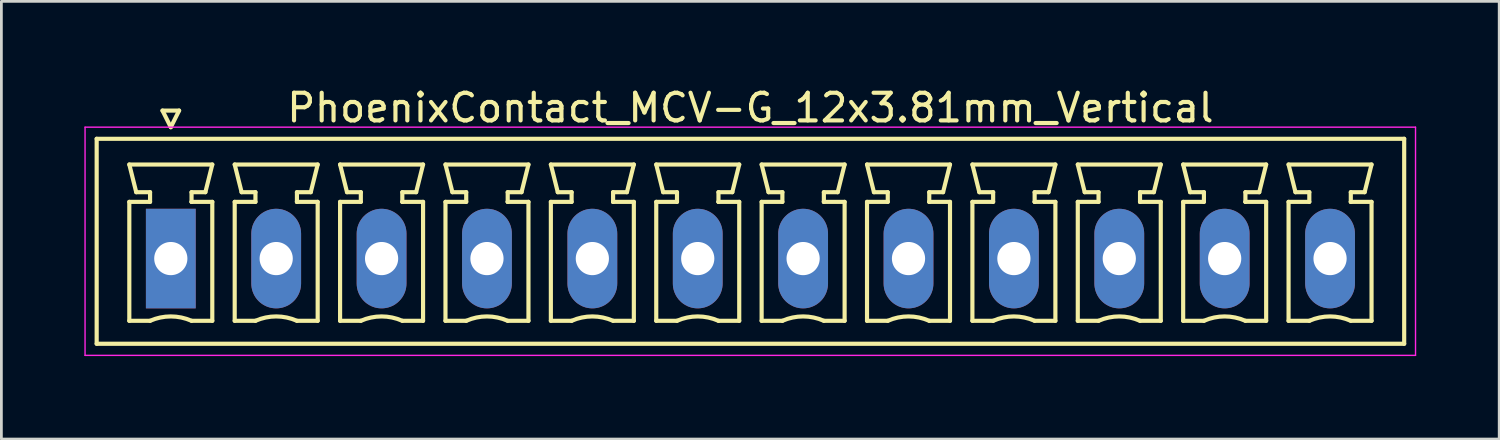
<source format=kicad_pcb>
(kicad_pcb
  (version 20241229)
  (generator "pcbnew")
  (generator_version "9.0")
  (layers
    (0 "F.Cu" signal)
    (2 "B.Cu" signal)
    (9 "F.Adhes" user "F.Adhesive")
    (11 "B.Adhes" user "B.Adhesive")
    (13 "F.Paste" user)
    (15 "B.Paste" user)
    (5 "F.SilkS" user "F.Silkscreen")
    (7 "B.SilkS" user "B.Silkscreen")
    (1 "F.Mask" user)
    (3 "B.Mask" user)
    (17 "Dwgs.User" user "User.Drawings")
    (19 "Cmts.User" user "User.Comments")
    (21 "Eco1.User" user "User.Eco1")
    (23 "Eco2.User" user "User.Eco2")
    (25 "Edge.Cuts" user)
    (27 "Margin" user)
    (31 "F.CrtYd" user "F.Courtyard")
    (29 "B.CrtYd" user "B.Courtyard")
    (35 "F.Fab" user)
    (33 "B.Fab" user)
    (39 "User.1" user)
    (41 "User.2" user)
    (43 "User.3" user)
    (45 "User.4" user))
  (footprint "PhoenixContact_MCV-G_12x3.81mm_Vertical"
    (layer "F.Cu")
    (at 3.125 6.298)
    (property "Reference" "PhoenixContact_MCV-G_12x3.81mm_Vertical" (at 20.955 -5.45 0) (layer "F.SilkS") (effects (font (size 1 1) (thickness 0.15))))
    (attr through_hole)
    (fp_line (start -2.68 -4.33) (end -2.68 3.08) (stroke (width 0.15) (type solid)) (layer "F.SilkS"))
    (fp_line (start -2.68 3.08) (end 44.59 3.08) (stroke (width 0.15) (type solid)) (layer "F.SilkS"))
    (fp_line (start -1.5 -3.4) (end 1.5 -3.4) (stroke (width 0.15) (type solid)) (layer "F.SilkS"))
    (fp_line (start -1.5 -2.05) (end -0.75 -2.05) (stroke (width 0.15) (type solid)) (layer "F.SilkS"))
    (fp_line (start -1.5 2.25) (end -1.5 -2.05) (stroke (width 0.15) (type solid)) (layer "F.SilkS"))
    (fp_line (start -1.25 -2.4) (end -1.5 -3.4) (stroke (width 0.15) (type solid)) (layer "F.SilkS"))
    (fp_line (start -0.75 -2.4) (end -1.25 -2.4) (stroke (width 0.15) (type solid)) (layer "F.SilkS"))
    (fp_line (start -0.75 -2.05) (end -0.75 -2.4) (stroke (width 0.15) (type solid)) (layer "F.SilkS"))
    (fp_line (start -0.75 2.25) (end -1.5 2.25) (stroke (width 0.15) (type solid)) (layer "F.SilkS"))
    (fp_line (start -0.3 -5.35) (end 0 -4.75) (stroke (width 0.15) (type solid)) (layer "F.SilkS"))
    (fp_line (start 0 -4.75) (end 0.3 -5.35) (stroke (width 0.15) (type solid)) (layer "F.SilkS"))
    (fp_line (start 0.3 -5.35) (end -0.3 -5.35) (stroke (width 0.15) (type solid)) (layer "F.SilkS"))
    (fp_line (start 0.75 -2.4) (end 0.75 -2.05) (stroke (width 0.15) (type solid)) (layer "F.SilkS"))
    (fp_line (start 0.75 -2.05) (end 0.75 -2.05) (stroke (width 0.15) (type solid)) (layer "F.SilkS"))
    (fp_line (start 0.75 -2.05) (end 1.5 -2.05) (stroke (width 0.15) (type solid)) (layer "F.SilkS"))
    (fp_line (start 1.25 -2.4) (end 0.75 -2.4) (stroke (width 0.15) (type solid)) (layer "F.SilkS"))
    (fp_line (start 1.5 -3.4) (end 1.25 -2.4) (stroke (width 0.15) (type solid)) (layer "F.SilkS"))
    (fp_line (start 1.5 -2.05) (end 1.5 2.25) (stroke (width 0.15) (type solid)) (layer "F.SilkS"))
    (fp_line (start 1.5 2.25) (end 0.75 2.25) (stroke (width 0.15) (type solid)) (layer "F.SilkS"))
    (fp_line (start 2.31 -3.4) (end 5.31 -3.4) (stroke (width 0.15) (type solid)) (layer "F.SilkS"))
    (fp_line (start 2.31 -2.05) (end 3.06 -2.05) (stroke (width 0.15) (type solid)) (layer "F.SilkS"))
    (fp_line (start 2.31 2.25) (end 2.31 -2.05) (stroke (width 0.15) (type solid)) (layer "F.SilkS"))
    (fp_line (start 2.56 -2.4) (end 2.31 -3.4) (stroke (width 0.15) (type solid)) (layer "F.SilkS"))
    (fp_line (start 3.06 -2.4) (end 2.56 -2.4) (stroke (width 0.15) (type solid)) (layer "F.SilkS"))
    (fp_line (start 3.06 -2.05) (end 3.06 -2.4) (stroke (width 0.15) (type solid)) (layer "F.SilkS"))
    (fp_line (start 3.06 2.25) (end 2.31 2.25) (stroke (width 0.15) (type solid)) (layer "F.SilkS"))
    (fp_line (start 4.56 -2.4) (end 4.56 -2.05) (stroke (width 0.15) (type solid)) (layer "F.SilkS"))
    (fp_line (start 4.56 -2.05) (end 4.56 -2.05) (stroke (width 0.15) (type solid)) (layer "F.SilkS"))
    (fp_line (start 4.56 -2.05) (end 5.31 -2.05) (stroke (width 0.15) (type solid)) (layer "F.SilkS"))
    (fp_line (start 5.06 -2.4) (end 4.56 -2.4) (stroke (width 0.15) (type solid)) (layer "F.SilkS"))
    (fp_line (start 5.31 -3.4) (end 5.06 -2.4) (stroke (width 0.15) (type solid)) (layer "F.SilkS"))
    (fp_line (start 5.31 -2.05) (end 5.31 2.25) (stroke (width 0.15) (type solid)) (layer "F.SilkS"))
    (fp_line (start 5.31 2.25) (end 4.56 2.25) (stroke (width 0.15) (type solid)) (layer "F.SilkS"))
    (fp_line (start 6.12 -3.4) (end 9.12 -3.4) (stroke (width 0.15) (type solid)) (layer "F.SilkS"))
    (fp_line (start 6.12 -2.05) (end 6.87 -2.05) (stroke (width 0.15) (type solid)) (layer "F.SilkS"))
    (fp_line (start 6.12 2.25) (end 6.12 -2.05) (stroke (width 0.15) (type solid)) (layer "F.SilkS"))
    (fp_line (start 6.37 -2.4) (end 6.12 -3.4) (stroke (width 0.15) (type solid)) (layer "F.SilkS"))
    (fp_line (start 6.87 -2.4) (end 6.37 -2.4) (stroke (width 0.15) (type solid)) (layer "F.SilkS"))
    (fp_line (start 6.87 -2.05) (end 6.87 -2.4) (stroke (width 0.15) (type solid)) (layer "F.SilkS"))
    (fp_line (start 6.87 2.25) (end 6.12 2.25) (stroke (width 0.15) (type solid)) (layer "F.SilkS"))
    (fp_line (start 8.37 -2.4) (end 8.37 -2.05) (stroke (width 0.15) (type solid)) (layer "F.SilkS"))
    (fp_line (start 8.37 -2.05) (end 8.37 -2.05) (stroke (width 0.15) (type solid)) (layer "F.SilkS"))
    (fp_line (start 8.37 -2.05) (end 9.12 -2.05) (stroke (width 0.15) (type solid)) (layer "F.SilkS"))
    (fp_line (start 8.87 -2.4) (end 8.37 -2.4) (stroke (width 0.15) (type solid)) (layer "F.SilkS"))
    (fp_line (start 9.12 -3.4) (end 8.87 -2.4) (stroke (width 0.15) (type solid)) (layer "F.SilkS"))
    (fp_line (start 9.12 -2.05) (end 9.12 2.25) (stroke (width 0.15) (type solid)) (layer "F.SilkS"))
    (fp_line (start 9.12 2.25) (end 8.37 2.25) (stroke (width 0.15) (type solid)) (layer "F.SilkS"))
    (fp_line (start 9.93 -3.4) (end 12.93 -3.4) (stroke (width 0.15) (type solid)) (layer "F.SilkS"))
    (fp_line (start 9.93 -2.05) (end 10.68 -2.05) (stroke (width 0.15) (type solid)) (layer "F.SilkS"))
    (fp_line (start 9.93 2.25) (end 9.93 -2.05) (stroke (width 0.15) (type solid)) (layer "F.SilkS"))
    (fp_line (start 10.18 -2.4) (end 9.93 -3.4) (stroke (width 0.15) (type solid)) (layer "F.SilkS"))
    (fp_line (start 10.68 -2.4) (end 10.18 -2.4) (stroke (width 0.15) (type solid)) (layer "F.SilkS"))
    (fp_line (start 10.68 -2.05) (end 10.68 -2.4) (stroke (width 0.15) (type solid)) (layer "F.SilkS"))
    (fp_line (start 10.68 2.25) (end 9.93 2.25) (stroke (width 0.15) (type solid)) (layer "F.SilkS"))
    (fp_line (start 12.18 -2.4) (end 12.18 -2.05) (stroke (width 0.15) (type solid)) (layer "F.SilkS"))
    (fp_line (start 12.18 -2.05) (end 12.18 -2.05) (stroke (width 0.15) (type solid)) (layer "F.SilkS"))
    (fp_line (start 12.18 -2.05) (end 12.93 -2.05) (stroke (width 0.15) (type solid)) (layer "F.SilkS"))
    (fp_line (start 12.68 -2.4) (end 12.18 -2.4) (stroke (width 0.15) (type solid)) (layer "F.SilkS"))
    (fp_line (start 12.93 -3.4) (end 12.68 -2.4) (stroke (width 0.15) (type solid)) (layer "F.SilkS"))
    (fp_line (start 12.93 -2.05) (end 12.93 2.25) (stroke (width 0.15) (type solid)) (layer "F.SilkS"))
    (fp_line (start 12.93 2.25) (end 12.18 2.25) (stroke (width 0.15) (type solid)) (layer "F.SilkS"))
    (fp_line (start 13.74 -3.4) (end 16.74 -3.4) (stroke (width 0.15) (type solid)) (layer "F.SilkS"))
    (fp_line (start 13.74 -2.05) (end 14.49 -2.05) (stroke (width 0.15) (type solid)) (layer "F.SilkS"))
    (fp_line (start 13.74 2.25) (end 13.74 -2.05) (stroke (width 0.15) (type solid)) (layer "F.SilkS"))
    (fp_line (start 13.99 -2.4) (end 13.74 -3.4) (stroke (width 0.15) (type solid)) (layer "F.SilkS"))
    (fp_line (start 14.49 -2.4) (end 13.99 -2.4) (stroke (width 0.15) (type solid)) (layer "F.SilkS"))
    (fp_line (start 14.49 -2.05) (end 14.49 -2.4) (stroke (width 0.15) (type solid)) (layer "F.SilkS"))
    (fp_line (start 14.49 2.25) (end 13.74 2.25) (stroke (width 0.15) (type solid)) (layer "F.SilkS"))
    (fp_line (start 15.99 -2.4) (end 15.99 -2.05) (stroke (width 0.15) (type solid)) (layer "F.SilkS"))
    (fp_line (start 15.99 -2.05) (end 15.99 -2.05) (stroke (width 0.15) (type solid)) (layer "F.SilkS"))
    (fp_line (start 15.99 -2.05) (end 16.74 -2.05) (stroke (width 0.15) (type solid)) (layer "F.SilkS"))
    (fp_line (start 16.49 -2.4) (end 15.99 -2.4) (stroke (width 0.15) (type solid)) (layer "F.SilkS"))
    (fp_line (start 16.74 -3.4) (end 16.49 -2.4) (stroke (width 0.15) (type solid)) (layer "F.SilkS"))
    (fp_line (start 16.74 -2.05) (end 16.74 2.25) (stroke (width 0.15) (type solid)) (layer "F.SilkS"))
    (fp_line (start 16.74 2.25) (end 15.99 2.25) (stroke (width 0.15) (type solid)) (layer "F.SilkS"))
    (fp_line (start 17.55 -3.4) (end 20.55 -3.4) (stroke (width 0.15) (type solid)) (layer "F.SilkS"))
    (fp_line (start 17.55 -2.05) (end 18.3 -2.05) (stroke (width 0.15) (type solid)) (layer "F.SilkS"))
    (fp_line (start 17.55 2.25) (end 17.55 -2.05) (stroke (width 0.15) (type solid)) (layer "F.SilkS"))
    (fp_line (start 17.8 -2.4) (end 17.55 -3.4) (stroke (width 0.15) (type solid)) (layer "F.SilkS"))
    (fp_line (start 18.3 -2.4) (end 17.8 -2.4) (stroke (width 0.15) (type solid)) (layer "F.SilkS"))
    (fp_line (start 18.3 -2.05) (end 18.3 -2.4) (stroke (width 0.15) (type solid)) (layer "F.SilkS"))
    (fp_line (start 18.3 2.25) (end 17.55 2.25) (stroke (width 0.15) (type solid)) (layer "F.SilkS"))
    (fp_line (start 19.8 -2.4) (end 19.8 -2.05) (stroke (width 0.15) (type solid)) (layer "F.SilkS"))
    (fp_line (start 19.8 -2.05) (end 19.8 -2.05) (stroke (width 0.15) (type solid)) (layer "F.SilkS"))
    (fp_line (start 19.8 -2.05) (end 20.55 -2.05) (stroke (width 0.15) (type solid)) (layer "F.SilkS"))
    (fp_line (start 20.3 -2.4) (end 19.8 -2.4) (stroke (width 0.15) (type solid)) (layer "F.SilkS"))
    (fp_line (start 20.55 -3.4) (end 20.3 -2.4) (stroke (width 0.15) (type solid)) (layer "F.SilkS"))
    (fp_line (start 20.55 -2.05) (end 20.55 2.25) (stroke (width 0.15) (type solid)) (layer "F.SilkS"))
    (fp_line (start 20.55 2.25) (end 19.8 2.25) (stroke (width 0.15) (type solid)) (layer "F.SilkS"))
    (fp_line (start 21.36 -3.4) (end 24.36 -3.4) (stroke (width 0.15) (type solid)) (layer "F.SilkS"))
    (fp_line (start 21.36 -2.05) (end 22.11 -2.05) (stroke (width 0.15) (type solid)) (layer "F.SilkS"))
    (fp_line (start 21.36 2.25) (end 21.36 -2.05) (stroke (width 0.15) (type solid)) (layer "F.SilkS"))
    (fp_line (start 21.61 -2.4) (end 21.36 -3.4) (stroke (width 0.15) (type solid)) (layer "F.SilkS"))
    (fp_line (start 22.11 -2.4) (end 21.61 -2.4) (stroke (width 0.15) (type solid)) (layer "F.SilkS"))
    (fp_line (start 22.11 -2.05) (end 22.11 -2.4) (stroke (width 0.15) (type solid)) (layer "F.SilkS"))
    (fp_line (start 22.11 2.25) (end 21.36 2.25) (stroke (width 0.15) (type solid)) (layer "F.SilkS"))
    (fp_line (start 23.61 -2.4) (end 23.61 -2.05) (stroke (width 0.15) (type solid)) (layer "F.SilkS"))
    (fp_line (start 23.61 -2.05) (end 23.61 -2.05) (stroke (width 0.15) (type solid)) (layer "F.SilkS"))
    (fp_line (start 23.61 -2.05) (end 24.36 -2.05) (stroke (width 0.15) (type solid)) (layer "F.SilkS"))
    (fp_line (start 24.11 -2.4) (end 23.61 -2.4) (stroke (width 0.15) (type solid)) (layer "F.SilkS"))
    (fp_line (start 24.36 -3.4) (end 24.11 -2.4) (stroke (width 0.15) (type solid)) (layer "F.SilkS"))
    (fp_line (start 24.36 -2.05) (end 24.36 2.25) (stroke (width 0.15) (type solid)) (layer "F.SilkS"))
    (fp_line (start 24.36 2.25) (end 23.61 2.25) (stroke (width 0.15) (type solid)) (layer "F.SilkS"))
    (fp_line (start 25.17 -3.4) (end 28.17 -3.4) (stroke (width 0.15) (type solid)) (layer "F.SilkS"))
    (fp_line (start 25.17 -2.05) (end 25.92 -2.05) (stroke (width 0.15) (type solid)) (layer "F.SilkS"))
    (fp_line (start 25.17 2.25) (end 25.17 -2.05) (stroke (width 0.15) (type solid)) (layer "F.SilkS"))
    (fp_line (start 25.42 -2.4) (end 25.17 -3.4) (stroke (width 0.15) (type solid)) (layer "F.SilkS"))
    (fp_line (start 25.92 -2.4) (end 25.42 -2.4) (stroke (width 0.15) (type solid)) (layer "F.SilkS"))
    (fp_line (start 25.92 -2.05) (end 25.92 -2.4) (stroke (width 0.15) (type solid)) (layer "F.SilkS"))
    (fp_line (start 25.92 2.25) (end 25.17 2.25) (stroke (width 0.15) (type solid)) (layer "F.SilkS"))
    (fp_line (start 27.42 -2.4) (end 27.42 -2.05) (stroke (width 0.15) (type solid)) (layer "F.SilkS"))
    (fp_line (start 27.42 -2.05) (end 27.42 -2.05) (stroke (width 0.15) (type solid)) (layer "F.SilkS"))
    (fp_line (start 27.42 -2.05) (end 28.17 -2.05) (stroke (width 0.15) (type solid)) (layer "F.SilkS"))
    (fp_line (start 27.92 -2.4) (end 27.42 -2.4) (stroke (width 0.15) (type solid)) (layer "F.SilkS"))
    (fp_line (start 28.17 -3.4) (end 27.92 -2.4) (stroke (width 0.15) (type solid)) (layer "F.SilkS"))
    (fp_line (start 28.17 -2.05) (end 28.17 2.25) (stroke (width 0.15) (type solid)) (layer "F.SilkS"))
    (fp_line (start 28.17 2.25) (end 27.42 2.25) (stroke (width 0.15) (type solid)) (layer "F.SilkS"))
    (fp_line (start 28.98 -3.4) (end 31.98 -3.4) (stroke (width 0.15) (type solid)) (layer "F.SilkS"))
    (fp_line (start 28.98 -2.05) (end 29.73 -2.05) (stroke (width 0.15) (type solid)) (layer "F.SilkS"))
    (fp_line (start 28.98 2.25) (end 28.98 -2.05) (stroke (width 0.15) (type solid)) (layer "F.SilkS"))
    (fp_line (start 29.23 -2.4) (end 28.98 -3.4) (stroke (width 0.15) (type solid)) (layer "F.SilkS"))
    (fp_line (start 29.73 -2.4) (end 29.23 -2.4) (stroke (width 0.15) (type solid)) (layer "F.SilkS"))
    (fp_line (start 29.73 -2.05) (end 29.73 -2.4) (stroke (width 0.15) (type solid)) (layer "F.SilkS"))
    (fp_line (start 29.73 2.25) (end 28.98 2.25) (stroke (width 0.15) (type solid)) (layer "F.SilkS"))
    (fp_line (start 31.23 -2.4) (end 31.23 -2.05) (stroke (width 0.15) (type solid)) (layer "F.SilkS"))
    (fp_line (start 31.23 -2.05) (end 31.23 -2.05) (stroke (width 0.15) (type solid)) (layer "F.SilkS"))
    (fp_line (start 31.23 -2.05) (end 31.98 -2.05) (stroke (width 0.15) (type solid)) (layer "F.SilkS"))
    (fp_line (start 31.73 -2.4) (end 31.23 -2.4) (stroke (width 0.15) (type solid)) (layer "F.SilkS"))
    (fp_line (start 31.98 -3.4) (end 31.73 -2.4) (stroke (width 0.15) (type solid)) (layer "F.SilkS"))
    (fp_line (start 31.98 -2.05) (end 31.98 2.25) (stroke (width 0.15) (type solid)) (layer "F.SilkS"))
    (fp_line (start 31.98 2.25) (end 31.23 2.25) (stroke (width 0.15) (type solid)) (layer "F.SilkS"))
    (fp_line (start 32.79 -3.4) (end 35.79 -3.4) (stroke (width 0.15) (type solid)) (layer "F.SilkS"))
    (fp_line (start 32.79 -2.05) (end 33.54 -2.05) (stroke (width 0.15) (type solid)) (layer "F.SilkS"))
    (fp_line (start 32.79 2.25) (end 32.79 -2.05) (stroke (width 0.15) (type solid)) (layer "F.SilkS"))
    (fp_line (start 33.04 -2.4) (end 32.79 -3.4) (stroke (width 0.15) (type solid)) (layer "F.SilkS"))
    (fp_line (start 33.54 -2.4) (end 33.04 -2.4) (stroke (width 0.15) (type solid)) (layer "F.SilkS"))
    (fp_line (start 33.54 -2.05) (end 33.54 -2.4) (stroke (width 0.15) (type solid)) (layer "F.SilkS"))
    (fp_line (start 33.54 2.25) (end 32.79 2.25) (stroke (width 0.15) (type solid)) (layer "F.SilkS"))
    (fp_line (start 35.04 -2.4) (end 35.04 -2.05) (stroke (width 0.15) (type solid)) (layer "F.SilkS"))
    (fp_line (start 35.04 -2.05) (end 35.04 -2.05) (stroke (width 0.15) (type solid)) (layer "F.SilkS"))
    (fp_line (start 35.04 -2.05) (end 35.79 -2.05) (stroke (width 0.15) (type solid)) (layer "F.SilkS"))
    (fp_line (start 35.54 -2.4) (end 35.04 -2.4) (stroke (width 0.15) (type solid)) (layer "F.SilkS"))
    (fp_line (start 35.79 -3.4) (end 35.54 -2.4) (stroke (width 0.15) (type solid)) (layer "F.SilkS"))
    (fp_line (start 35.79 -2.05) (end 35.79 2.25) (stroke (width 0.15) (type solid)) (layer "F.SilkS"))
    (fp_line (start 35.79 2.25) (end 35.04 2.25) (stroke (width 0.15) (type solid)) (layer "F.SilkS"))
    (fp_line (start 36.6 -3.4) (end 39.6 -3.4) (stroke (width 0.15) (type solid)) (layer "F.SilkS"))
    (fp_line (start 36.6 -2.05) (end 37.35 -2.05) (stroke (width 0.15) (type solid)) (layer "F.SilkS"))
    (fp_line (start 36.6 2.25) (end 36.6 -2.05) (stroke (width 0.15) (type solid)) (layer "F.SilkS"))
    (fp_line (start 36.85 -2.4) (end 36.6 -3.4) (stroke (width 0.15) (type solid)) (layer "F.SilkS"))
    (fp_line (start 37.35 -2.4) (end 36.85 -2.4) (stroke (width 0.15) (type solid)) (layer "F.SilkS"))
    (fp_line (start 37.35 -2.05) (end 37.35 -2.4) (stroke (width 0.15) (type solid)) (layer "F.SilkS"))
    (fp_line (start 37.35 2.25) (end 36.6 2.25) (stroke (width 0.15) (type solid)) (layer "F.SilkS"))
    (fp_line (start 38.85 -2.4) (end 38.85 -2.05) (stroke (width 0.15) (type solid)) (layer "F.SilkS"))
    (fp_line (start 38.85 -2.05) (end 38.85 -2.05) (stroke (width 0.15) (type solid)) (layer "F.SilkS"))
    (fp_line (start 38.85 -2.05) (end 39.6 -2.05) (stroke (width 0.15) (type solid)) (layer "F.SilkS"))
    (fp_line (start 39.35 -2.4) (end 38.85 -2.4) (stroke (width 0.15) (type solid)) (layer "F.SilkS"))
    (fp_line (start 39.6 -3.4) (end 39.35 -2.4) (stroke (width 0.15) (type solid)) (layer "F.SilkS"))
    (fp_line (start 39.6 -2.05) (end 39.6 2.25) (stroke (width 0.15) (type solid)) (layer "F.SilkS"))
    (fp_line (start 39.6 2.25) (end 38.85 2.25) (stroke (width 0.15) (type solid)) (layer "F.SilkS"))
    (fp_line (start 40.41 -3.4) (end 43.41 -3.4) (stroke (width 0.15) (type solid)) (layer "F.SilkS"))
    (fp_line (start 40.41 -2.05) (end 41.16 -2.05) (stroke (width 0.15) (type solid)) (layer "F.SilkS"))
    (fp_line (start 40.41 2.25) (end 40.41 -2.05) (stroke (width 0.15) (type solid)) (layer "F.SilkS"))
    (fp_line (start 40.66 -2.4) (end 40.41 -3.4) (stroke (width 0.15) (type solid)) (layer "F.SilkS"))
    (fp_line (start 41.16 -2.4) (end 40.66 -2.4) (stroke (width 0.15) (type solid)) (layer "F.SilkS"))
    (fp_line (start 41.16 -2.05) (end 41.16 -2.4) (stroke (width 0.15) (type solid)) (layer "F.SilkS"))
    (fp_line (start 41.16 2.25) (end 40.41 2.25) (stroke (width 0.15) (type solid)) (layer "F.SilkS"))
    (fp_line (start 42.66 -2.4) (end 42.66 -2.05) (stroke (width 0.15) (type solid)) (layer "F.SilkS"))
    (fp_line (start 42.66 -2.05) (end 42.66 -2.05) (stroke (width 0.15) (type solid)) (layer "F.SilkS"))
    (fp_line (start 42.66 -2.05) (end 43.41 -2.05) (stroke (width 0.15) (type solid)) (layer "F.SilkS"))
    (fp_line (start 43.16 -2.4) (end 42.66 -2.4) (stroke (width 0.15) (type solid)) (layer "F.SilkS"))
    (fp_line (start 43.41 -3.4) (end 43.16 -2.4) (stroke (width 0.15) (type solid)) (layer "F.SilkS"))
    (fp_line (start 43.41 -2.05) (end 43.41 2.25) (stroke (width 0.15) (type solid)) (layer "F.SilkS"))
    (fp_line (start 43.41 2.25) (end 42.66 2.25) (stroke (width 0.15) (type solid)) (layer "F.SilkS"))
    (fp_line (start 44.59 -4.33) (end -2.68 -4.33) (stroke (width 0.15) (type solid)) (layer "F.SilkS"))
    (fp_line (start 44.59 3.08) (end 44.59 -4.33) (stroke (width 0.15) (type solid)) (layer "F.SilkS"))
    (fp_arc (start -0.75 2.25) (mid -0.000193 2.09191) (end 0.749647 2.249844) (stroke (width 0.15) (type solid)) (layer "F.SilkS"))
    (fp_arc (start 3.06 2.25) (mid 3.809807 2.09191) (end 4.559647 2.249844) (stroke (width 0.15) (type solid)) (layer "F.SilkS"))
    (fp_arc (start 6.87 2.25) (mid 7.619807 2.09191) (end 8.369647 2.249844) (stroke (width 0.15) (type solid)) (layer "F.SilkS"))
    (fp_arc (start 10.68 2.25) (mid 11.429807 2.09191) (end 12.179647 2.249844) (stroke (width 0.15) (type solid)) (layer "F.SilkS"))
    (fp_arc (start 14.49 2.25) (mid 15.239807 2.09191) (end 15.989647 2.249844) (stroke (width 0.15) (type solid)) (layer "F.SilkS"))
    (fp_arc (start 18.3 2.25) (mid 19.049807 2.09191) (end 19.799647 2.249844) (stroke (width 0.15) (type solid)) (layer "F.SilkS"))
    (fp_arc (start 22.11 2.25) (mid 22.859807 2.09191) (end 23.609647 2.249844) (stroke (width 0.15) (type solid)) (layer "F.SilkS"))
    (fp_arc (start 25.92 2.25) (mid 26.669807 2.09191) (end 27.419647 2.249844) (stroke (width 0.15) (type solid)) (layer "F.SilkS"))
    (fp_arc (start 29.73 2.25) (mid 30.479807 2.09191) (end 31.229647 2.249844) (stroke (width 0.15) (type solid)) (layer "F.SilkS"))
    (fp_arc (start 33.54 2.25) (mid 34.289807 2.09191) (end 35.039647 2.249844) (stroke (width 0.15) (type solid)) (layer "F.SilkS"))
    (fp_arc (start 37.35 2.25) (mid 38.099807 2.09191) (end 38.849647 2.249844) (stroke (width 0.15) (type solid)) (layer "F.SilkS"))
    (fp_arc (start 41.16 2.25) (mid 41.909807 2.09191) (end 42.659647 2.249844) (stroke (width 0.15) (type solid)) (layer "F.SilkS"))
    (fp_line (start -3.1 -4.75) (end -3.1 3.5) (stroke (width 0.05) (type solid)) (layer "F.CrtYd"))
    (fp_line (start -3.1 3.5) (end 45 3.5) (stroke (width 0.05) (type solid)) (layer "F.CrtYd"))
    (fp_line (start 45 -4.75) (end -3.1 -4.75) (stroke (width 0.05) (type solid)) (layer "F.CrtYd"))
    (fp_line (start 45 3.5) (end 45 -4.75) (stroke (width 0.05) (type solid)) (layer "F.CrtYd"))
    (pad "1" thru_hole rect (at 0 0) (size 1.8 3.6) (drill 1.2) (layers "*.Cu" "*.Mask"))
    (pad "2" thru_hole oval (at 3.81 0) (size 1.8 3.6) (drill 1.2) (layers "*.Cu" "*.Mask"))
    (pad "3" thru_hole oval (at 7.62 0) (size 1.8 3.6) (drill 1.2) (layers "*.Cu" "*.Mask"))
    (pad "4" thru_hole oval (at 11.43 0) (size 1.8 3.6) (drill 1.2) (layers "*.Cu" "*.Mask"))
    (pad "5" thru_hole oval (at 15.24 0) (size 1.8 3.6) (drill 1.2) (layers "*.Cu" "*.Mask"))
    (pad "6" thru_hole oval (at 19.05 0) (size 1.8 3.6) (drill 1.2) (layers "*.Cu" "*.Mask"))
    (pad "7" thru_hole oval (at 22.86 0) (size 1.8 3.6) (drill 1.2) (layers "*.Cu" "*.Mask"))
    (pad "8" thru_hole oval (at 26.67 0) (size 1.8 3.6) (drill 1.2) (layers "*.Cu" "*.Mask"))
    (pad "9" thru_hole oval (at 30.48 0) (size 1.8 3.6) (drill 1.2) (layers "*.Cu" "*.Mask"))
    (pad "10" thru_hole oval (at 34.29 0) (size 1.8 3.6) (drill 1.2) (layers "*.Cu" "*.Mask"))
    (pad "11" thru_hole oval (at 38.1 0) (size 1.8 3.6) (drill 1.2) (layers "*.Cu" "*.Mask"))
    (pad "12" thru_hole oval (at 41.91 0) (size 1.8 3.6) (drill 1.2) (layers "*.Cu" "*.Mask")))
  (gr_rect
    (start -3 -3)
    (end 51.15 12.823)
    (stroke (width 0.1) (type default))
    (fill no)
    (layer "Edge.Cuts")))
</source>
